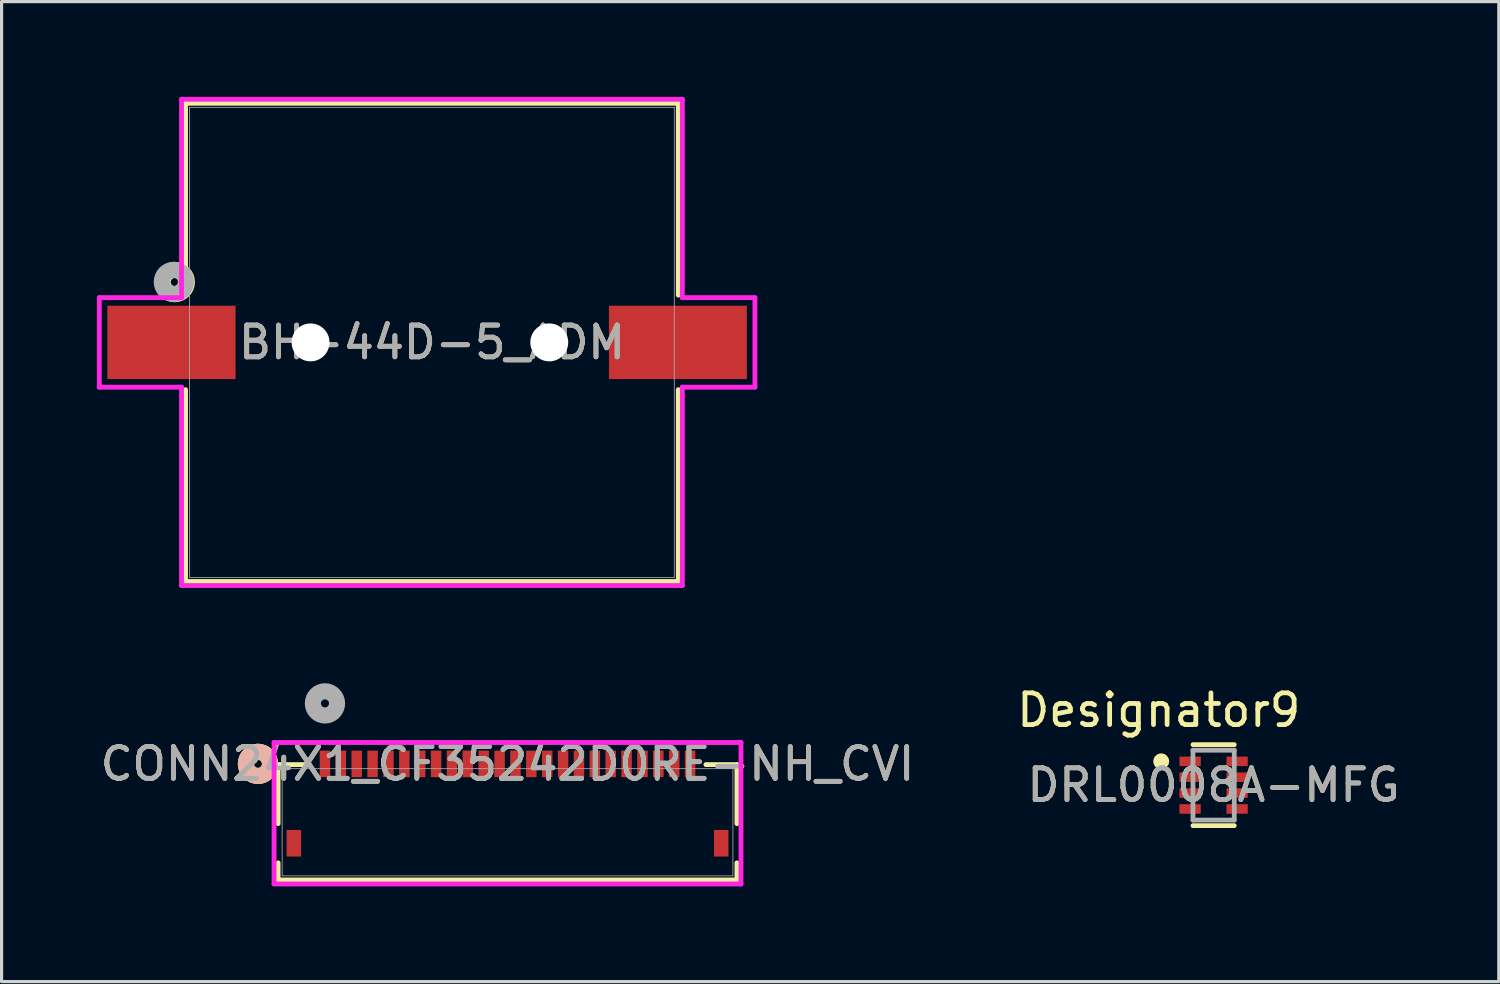
<source format=kicad_pcb>
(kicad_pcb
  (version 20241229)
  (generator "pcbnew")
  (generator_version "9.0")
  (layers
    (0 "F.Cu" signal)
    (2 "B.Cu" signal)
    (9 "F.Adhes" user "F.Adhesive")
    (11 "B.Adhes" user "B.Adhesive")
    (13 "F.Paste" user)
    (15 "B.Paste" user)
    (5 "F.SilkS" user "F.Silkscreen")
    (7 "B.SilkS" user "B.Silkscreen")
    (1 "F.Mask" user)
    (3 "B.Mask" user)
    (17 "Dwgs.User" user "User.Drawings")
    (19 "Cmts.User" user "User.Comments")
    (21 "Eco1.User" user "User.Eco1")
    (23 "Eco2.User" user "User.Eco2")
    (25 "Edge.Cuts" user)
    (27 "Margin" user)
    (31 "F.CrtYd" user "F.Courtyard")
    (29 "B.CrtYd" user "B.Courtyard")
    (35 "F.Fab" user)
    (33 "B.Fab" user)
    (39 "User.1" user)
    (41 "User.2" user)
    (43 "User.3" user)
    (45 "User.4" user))
  (footprint "BH-44D-5_ADM"
    (layer "F.Cu")
    (at 10.554 7.734)
    (property "Reference" "BH-44D-5_ADM" (at 0 0 0) (unlocked yes) (layer "F.SilkS") (effects (font (size 1 1) (thickness 0.15))))
    (attr smd)
    (fp_line (start -7.76 -7.531) (end -7.76 -1.488) (stroke (width 0.152) (type solid)) (layer "F.SilkS"))
    (fp_line (start -7.76 1.488) (end -7.76 7.531) (stroke (width 0.152) (type solid)) (layer "F.SilkS"))
    (fp_line (start -7.76 7.531) (end 7.76 7.531) (stroke (width 0.152) (type solid)) (layer "F.SilkS"))
    (fp_line (start 7.76 -7.531) (end -7.76 -7.531) (stroke (width 0.152) (type solid)) (layer "F.SilkS"))
    (fp_line (start 7.76 -1.488) (end 7.76 -7.531) (stroke (width 0.152) (type solid)) (layer "F.SilkS"))
    (fp_line (start 7.76 7.531) (end 7.76 1.488) (stroke (width 0.152) (type solid)) (layer "F.SilkS"))
    (fp_circle (center -8.1 -1.9) (end -7.719 -1.9) (stroke (width 0.508) (type solid)) (fill no) (layer "F.SilkS"))
    (fp_line (start -10.477 -1.41) (end -10.477 1.41) (stroke (width 0.152) (type solid)) (layer "F.CrtYd"))
    (fp_line (start -10.477 1.41) (end -7.887 1.41) (stroke (width 0.152) (type solid)) (layer "F.CrtYd"))
    (fp_line (start -7.887 -7.658) (end -7.887 -1.41) (stroke (width 0.152) (type solid)) (layer "F.CrtYd"))
    (fp_line (start -7.887 -1.41) (end -10.477 -1.41) (stroke (width 0.152) (type solid)) (layer "F.CrtYd"))
    (fp_line (start -7.887 1.41) (end -7.887 7.658) (stroke (width 0.152) (type solid)) (layer "F.CrtYd"))
    (fp_line (start -7.887 7.658) (end 7.887 7.658) (stroke (width 0.152) (type solid)) (layer "F.CrtYd"))
    (fp_line (start 7.887 -7.658) (end -7.887 -7.658) (stroke (width 0.152) (type solid)) (layer "F.CrtYd"))
    (fp_line (start 7.887 -1.41) (end 7.887 -7.658) (stroke (width 0.152) (type solid)) (layer "F.CrtYd"))
    (fp_line (start 7.887 1.41) (end 10.173 1.41) (stroke (width 0.152) (type solid)) (layer "F.CrtYd"))
    (fp_line (start 7.887 7.658) (end 7.887 1.41) (stroke (width 0.152) (type solid)) (layer "F.CrtYd"))
    (fp_line (start 10.173 -1.41) (end 7.887 -1.41) (stroke (width 0.152) (type solid)) (layer "F.CrtYd"))
    (fp_line (start 10.173 1.41) (end 10.173 -1.41) (stroke (width 0.152) (type solid)) (layer "F.CrtYd"))
    (fp_line (start -7.633 -7.404) (end -7.633 7.404) (stroke (width 0.025) (type solid)) (layer "F.Fab"))
    (fp_line (start -7.633 7.404) (end 7.633 7.404) (stroke (width 0.025) (type solid)) (layer "F.Fab"))
    (fp_line (start 7.633 -7.404) (end -7.633 -7.404) (stroke (width 0.025) (type solid)) (layer "F.Fab"))
    (fp_line (start 7.633 7.404) (end 7.633 -7.404) (stroke (width 0.025) (type solid)) (layer "F.Fab"))
    (fp_circle (center -8.128 -1.905) (end -7.747 -1.905) (stroke (width 0.508) (type solid)) (fill no) (layer "F.Fab"))
    (fp_text user "${REFERENCE}" (at 0 0 0) (unlocked yes) (layer "F.Fab") (effects (font (size 1 1) (thickness 0.15))))
    (pad "" np_thru_hole circle (at -3.823 0) (size 1.194 1.194) (drill 1.194) (layers "*.Cu" "*.Mask"))
    (pad "" np_thru_hole circle (at 3.696 0) (size 1.194 1.194) (drill 1.194) (layers "*.Cu" "*.Mask"))
    (pad "1" smd rect (at -8.204 0) (size 4.039 2.311) (layers "F.Cu" "F.Mask" "F.Paste"))
    (pad "2" smd rect (at 7.747 0) (size 4.343 2.311) (layers "F.Cu" "F.Mask" "F.Paste")))
  (footprint "DRL0008A-MFG"
    (layer "F.Cu")
    (at 35.174 21.679)
    (property "Reference" "DRL0008A-MFG" (at 0 0 0) (unlocked yes) (layer "F.SilkS") (effects (font (size 1 1) (thickness 0.15))))
    (attr smd)
    (fp_line (start -0.65 -1.275) (end 0.65 -1.275) (stroke (width 0.15) (type solid)) (layer "F.SilkS"))
    (fp_line (start -0.65 1.275) (end 0.65 1.275) (stroke (width 0.15) (type solid)) (layer "F.SilkS"))
    (fp_circle (center -1.65 -0.75) (end -1.525 -0.75) (stroke (width 0.25) (type solid)) (fill no) (layer "F.SilkS"))
    (fp_line (start -0.65 -1.1) (end 0.65 -1.1) (stroke (width 0.15) (type solid)) (layer "F.Fab"))
    (fp_line (start -0.65 1.1) (end -0.65 -1.1) (stroke (width 0.15) (type solid)) (layer "F.Fab"))
    (fp_line (start -0.65 1.1) (end 0.65 1.1) (stroke (width 0.15) (type solid)) (layer "F.Fab"))
    (fp_line (start 0.65 1.1) (end 0.65 -1.1) (stroke (width 0.15) (type solid)) (layer "F.Fab"))
    (fp_text user "Designator9" (at -1.727 -2.362 0) (unlocked yes) (layer "F.SilkS") (effects (font (size 1 1) (thickness 0.15))))
    (fp_text user "${REFERENCE}" (at 0 0 0) (unlocked yes) (layer "F.Fab") (effects (font (size 1 1) (thickness 0.15))))
    (pad "1" smd rect (at -0.74 -0.75) (size 0.67 0.3) (layers "F.Cu" "F.Mask" "F.Paste"))
    (pad "2" smd rect (at -0.74 -0.25) (size 0.67 0.3) (layers "F.Cu" "F.Mask" "F.Paste"))
    (pad "3" smd rect (at -0.74 0.25) (size 0.67 0.3) (layers "F.Cu" "F.Mask" "F.Paste"))
    (pad "4" smd rect (at -0.74 0.75) (size 0.67 0.3) (layers "F.Cu" "F.Mask" "F.Paste"))
    (pad "5" smd rect (at 0.74 0.75) (size 0.67 0.3) (layers "F.Cu" "F.Mask" "F.Paste"))
    (pad "6" smd rect (at 0.74 0.25) (size 0.67 0.3) (layers "F.Cu" "F.Mask" "F.Paste"))
    (pad "7" smd rect (at 0.74 -0.25) (size 0.67 0.3) (layers "F.Cu" "F.Mask" "F.Paste"))
    (pad "8" smd rect (at 0.74 -0.75) (size 0.67 0.3) (layers "F.Cu" "F.Mask" "F.Paste")))
  (footprint "CONN24X1_CF35242D0RE-NH_CVI"
    (layer "F.Cu")
    (at 12.935 22.848)
    (property "Reference" "CONN24X1_CF35242D0RE-NH_CVI" (at 0 -1.839 0) (unlocked yes) (layer "F.SilkS") (effects (font (size 1 1) (thickness 0.15))))
    (attr smd)
    (fp_line (start -7.226 -1.816) (end -7.226 0.044) (stroke (width 0.152) (type solid)) (layer "F.SilkS"))
    (fp_line (start -7.226 1.278) (end -7.226 1.816) (stroke (width 0.152) (type solid)) (layer "F.SilkS"))
    (fp_line (start -7.226 1.816) (end 7.226 1.816) (stroke (width 0.152) (type solid)) (layer "F.SilkS"))
    (fp_line (start -6.248 -1.816) (end -7.226 -1.816) (stroke (width 0.152) (type solid)) (layer "F.SilkS"))
    (fp_line (start 7.226 -1.816) (end 6.248 -1.816) (stroke (width 0.152) (type solid)) (layer "F.SilkS"))
    (fp_line (start 7.226 0.044) (end 7.226 -1.816) (stroke (width 0.152) (type solid)) (layer "F.SilkS"))
    (fp_line (start 7.226 1.816) (end 7.226 1.278) (stroke (width 0.152) (type solid)) (layer "F.SilkS"))
    (fp_circle (center -7.861 -1.839) (end -7.48 -1.839) (stroke (width 0.508) (type solid)) (fill no) (layer "F.SilkS"))
    (fp_circle (center -7.861 -1.839) (end -7.48 -1.839) (stroke (width 0.508) (type solid)) (fill no) (layer "B.SilkS"))
    (fp_line (start -7.353 -2.512) (end -7.353 1.943) (stroke (width 0.152) (type solid)) (layer "F.CrtYd"))
    (fp_line (start -7.353 1.943) (end 7.353 1.943) (stroke (width 0.152) (type solid)) (layer "F.CrtYd"))
    (fp_line (start 7.353 -2.512) (end -7.353 -2.512) (stroke (width 0.152) (type solid)) (layer "F.CrtYd"))
    (fp_line (start 7.353 1.943) (end 7.353 -2.512) (stroke (width 0.152) (type solid)) (layer "F.CrtYd"))
    (fp_line (start -7.099 -1.689) (end -7.099 1.689) (stroke (width 0.025) (type solid)) (layer "F.Fab"))
    (fp_line (start -7.099 1.689) (end 7.099 1.689) (stroke (width 0.025) (type solid)) (layer "F.Fab"))
    (fp_line (start 7.099 -1.689) (end -7.099 -1.689) (stroke (width 0.025) (type solid)) (layer "F.Fab"))
    (fp_line (start 7.099 1.689) (end 7.099 -1.689) (stroke (width 0.025) (type solid)) (layer "F.Fab"))
    (fp_circle (center -5.75 -3.744) (end -5.369 -3.744) (stroke (width 0.508) (type solid)) (fill no) (layer "F.Fab"))
    (fp_text user "${REFERENCE}" (at 0 -1.839 0) (unlocked yes) (layer "F.Fab") (effects (font (size 1 1) (thickness 0.15))))
    (pad "1" smd rect (at -5.75 -1.839) (size 0.33 0.838) (layers "F.Cu" "F.Mask" "F.Paste"))
    (pad "2" smd rect (at -5.25 -1.839) (size 0.33 0.838) (layers "F.Cu" "F.Mask" "F.Paste"))
    (pad "3" smd rect (at -4.75 -1.839) (size 0.33 0.838) (layers "F.Cu" "F.Mask" "F.Paste"))
    (pad "4" smd rect (at -4.25 -1.839) (size 0.33 0.838) (layers "F.Cu" "F.Mask" "F.Paste"))
    (pad "5" smd rect (at -3.75 -1.839) (size 0.33 0.838) (layers "F.Cu" "F.Mask" "F.Paste"))
    (pad "6" smd rect (at -3.25 -1.839) (size 0.33 0.838) (layers "F.Cu" "F.Mask" "F.Paste"))
    (pad "7" smd rect (at -2.75 -1.839) (size 0.33 0.838) (layers "F.Cu" "F.Mask" "F.Paste"))
    (pad "8" smd rect (at -2.25 -1.839) (size 0.33 0.838) (layers "F.Cu" "F.Mask" "F.Paste"))
    (pad "9" smd rect (at -1.75 -1.839) (size 0.33 0.838) (layers "F.Cu" "F.Mask" "F.Paste"))
    (pad "10" smd rect (at -1.25 -1.839) (size 0.33 0.838) (layers "F.Cu" "F.Mask" "F.Paste"))
    (pad "11" smd rect (at -0.75 -1.839) (size 0.33 0.838) (layers "F.Cu" "F.Mask" "F.Paste"))
    (pad "12" smd rect (at -0.25 -1.839) (size 0.33 0.838) (layers "F.Cu" "F.Mask" "F.Paste"))
    (pad "13" smd rect (at 0.25 -1.839) (size 0.33 0.838) (layers "F.Cu" "F.Mask" "F.Paste"))
    (pad "14" smd rect (at 0.75 -1.839) (size 0.33 0.838) (layers "F.Cu" "F.Mask" "F.Paste"))
    (pad "15" smd rect (at 1.25 -1.839) (size 0.33 0.838) (layers "F.Cu" "F.Mask" "F.Paste"))
    (pad "16" smd rect (at 1.75 -1.839) (size 0.33 0.838) (layers "F.Cu" "F.Mask" "F.Paste"))
    (pad "17" smd rect (at 2.25 -1.839) (size 0.33 0.838) (layers "F.Cu" "F.Mask" "F.Paste"))
    (pad "18" smd rect (at 2.75 -1.839) (size 0.33 0.838) (layers "F.Cu" "F.Mask" "F.Paste"))
    (pad "19" smd rect (at 3.25 -1.839) (size 0.33 0.838) (layers "F.Cu" "F.Mask" "F.Paste"))
    (pad "20" smd rect (at 3.75 -1.839) (size 0.33 0.838) (layers "F.Cu" "F.Mask" "F.Paste"))
    (pad "21" smd rect (at 4.25 -1.839) (size 0.33 0.838) (layers "F.Cu" "F.Mask" "F.Paste"))
    (pad "22" smd rect (at 4.75 -1.839) (size 0.33 0.838) (layers "F.Cu" "F.Mask" "F.Paste"))
    (pad "23" smd rect (at 5.25 -1.839) (size 0.33 0.838) (layers "F.Cu" "F.Mask" "F.Paste"))
    (pad "24" smd rect (at 5.75 -1.839) (size 0.33 0.838) (layers "F.Cu" "F.Mask" "F.Paste"))
    (pad "25" smd rect (at -6.73 0.661) (size 0.457 0.838) (layers "F.Cu" "F.Mask" "F.Paste"))
    (pad "26" smd rect (at 6.73 0.661) (size 0.457 0.838) (layers "F.Cu" "F.Mask" "F.Paste")))
  (gr_rect
    (start -3 -3)
    (end 44.156 27.867)
    (stroke (width 0.1) (type default))
    (fill no)
    (layer "Edge.Cuts")))
</source>
